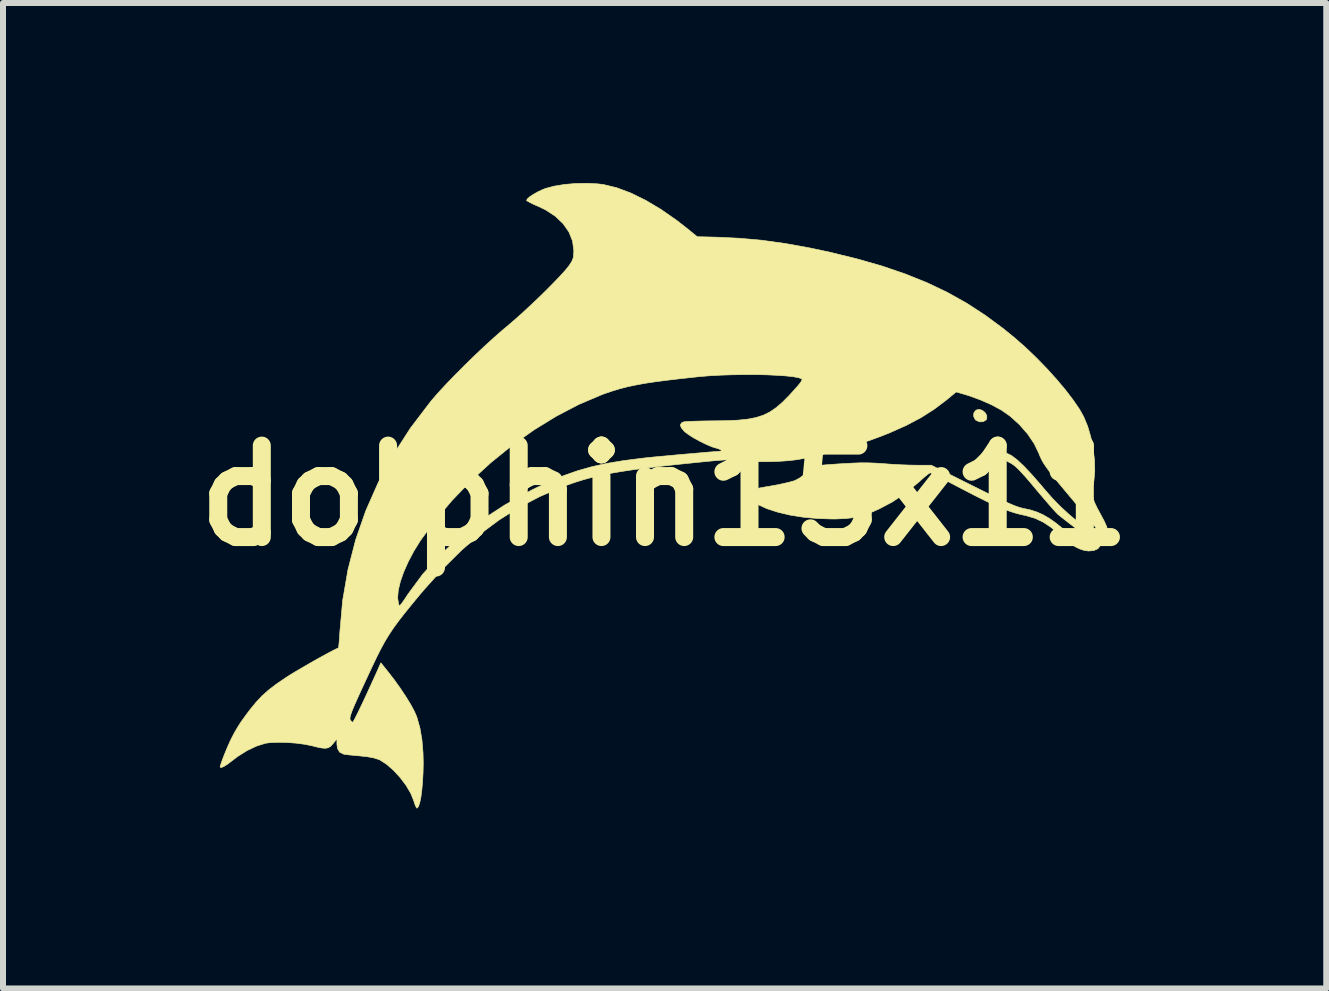
<source format=kicad_pcb>
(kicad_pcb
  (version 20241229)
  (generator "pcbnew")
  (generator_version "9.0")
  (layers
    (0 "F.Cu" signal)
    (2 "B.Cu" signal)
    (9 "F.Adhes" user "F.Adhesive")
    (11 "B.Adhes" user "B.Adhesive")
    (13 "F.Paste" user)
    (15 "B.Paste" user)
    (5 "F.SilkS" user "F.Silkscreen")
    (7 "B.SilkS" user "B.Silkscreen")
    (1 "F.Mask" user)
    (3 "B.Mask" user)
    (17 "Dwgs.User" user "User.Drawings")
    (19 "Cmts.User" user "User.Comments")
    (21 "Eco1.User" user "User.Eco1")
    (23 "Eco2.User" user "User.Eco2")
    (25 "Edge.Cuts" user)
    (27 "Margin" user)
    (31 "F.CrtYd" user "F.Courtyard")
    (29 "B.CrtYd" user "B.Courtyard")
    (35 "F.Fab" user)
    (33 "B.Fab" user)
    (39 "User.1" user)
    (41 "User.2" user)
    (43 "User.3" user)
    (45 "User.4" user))
  (footprint "dolphin15x11"
    (layer "F.Cu")
    (at 8.026 5.211)
    (property "Reference" "dolphin15x11" (at 0 0 0) (layer "F.SilkS") (effects (font (size 1.524 1.524) (thickness 0.3))))
    (attr through_hole)
    (fp_poly (pts (xy 5.296 -1.422) (xy 5.341 -1.385) (xy 5.369 -1.337) (xy 5.37 -1.286) (xy 5.356 -1.261) (xy 5.309 -1.233) (xy 5.248 -1.231) (xy 5.191 -1.256) (xy 5.177 -1.268) (xy 5.15 -1.323) (xy 5.154 -1.381) (xy 5.19 -1.426) (xy 5.19 -1.426) (xy 5.243 -1.439) (xy 5.296 -1.422)) (stroke (width 0.01) (type solid)) (fill yes) (layer "F.SilkS"))
    (fp_poly (pts (xy -1.112 -5.197) (xy -1.017 -5.185) (xy -0.797 -5.132) (xy -0.56 -5.043) (xy -0.312 -4.921) (xy -0.054 -4.767) (xy 0.209 -4.583) (xy 0.354 -4.47) (xy 0.544 -4.316) (xy 0.88 -4.308) (xy 1.254 -4.29) (xy 1.628 -4.256) (xy 2.011 -4.203) (xy 2.414 -4.13) (xy 2.741 -4.061) (xy 3.199 -3.949) (xy 3.62 -3.829) (xy 4.009 -3.696) (xy 4.371 -3.551) (xy 4.711 -3.389) (xy 5.033 -3.209) (xy 5.342 -3.008) (xy 5.644 -2.785) (xy 5.831 -2.633) (xy 6.013 -2.473) (xy 6.193 -2.301) (xy 6.368 -2.121) (xy 6.533 -1.939) (xy 6.683 -1.76) (xy 6.812 -1.591) (xy 6.917 -1.437) (xy 6.985 -1.315) (xy 7.051 -1.156) (xy 7.104 -0.975) (xy 7.142 -0.782) (xy 7.165 -0.59) (xy 7.169 -0.409) (xy 7.155 -0.249) (xy 7.146 -0.204) (xy 7.129 -0.119) (xy 7.125 -0.045) (xy 7.136 0.027) (xy 7.163 0.108) (xy 7.21 0.206) (xy 7.272 0.321) (xy 7.33 0.43) (xy 7.369 0.519) (xy 7.386 0.581) (xy 7.387 0.592) (xy 7.379 0.651) (xy 7.358 0.712) (xy 7.331 0.76) (xy 7.304 0.783) (xy 7.301 0.783) (xy 7.279 0.801) (xy 7.261 0.834) (xy 7.221 0.884) (xy 7.152 0.915) (xy 7.064 0.922) (xy 6.993 0.912) (xy 6.919 0.888) (xy 6.847 0.853) (xy 6.768 0.8) (xy 6.674 0.726) (xy 6.575 0.639) (xy 6.437 0.525) (xy 6.308 0.44) (xy 6.177 0.378) (xy 6.03 0.334) (xy 5.966 0.32) (xy 5.87 0.297) (xy 5.767 0.265) (xy 5.652 0.222) (xy 5.52 0.166) (xy 5.368 0.096) (xy 5.191 0.008) (xy 4.984 -0.099) (xy 4.865 -0.161) (xy 4.743 -0.225) (xy 4.634 -0.282) (xy 4.542 -0.328) (xy 4.473 -0.361) (xy 4.433 -0.379) (xy 4.426 -0.381) (xy 4.402 -0.367) (xy 4.355 -0.331) (xy 4.291 -0.276) (xy 4.231 -0.222) (xy 4.016 -0.043) (xy 3.791 0.107) (xy 3.566 0.225) (xy 3.422 0.289) (xy 3.291 0.334) (xy 3.161 0.364) (xy 3.019 0.381) (xy 2.853 0.388) (xy 2.783 0.388) (xy 2.542 0.38) (xy 2.308 0.358) (xy 2.089 0.323) (xy 1.887 0.275) (xy 1.71 0.218) (xy 1.561 0.15) (xy 1.446 0.075) (xy 1.396 0.028) (xy 1.357 -0.02) (xy 1.344 -0.048) (xy 1.354 -0.068) (xy 1.362 -0.074) (xy 1.393 -0.086) (xy 1.459 -0.102) (xy 1.551 -0.122) (xy 1.661 -0.143) (xy 1.739 -0.156) (xy 1.863 -0.178) (xy 1.98 -0.202) (xy 2.08 -0.226) (xy 2.153 -0.246) (xy 2.179 -0.256) (xy 2.248 -0.293) (xy 2.315 -0.341) (xy 2.371 -0.392) (xy 2.406 -0.436) (xy 2.413 -0.457) (xy 2.418 -0.47) (xy 2.435 -0.481) (xy 2.469 -0.491) (xy 2.526 -0.499) (xy 2.609 -0.508) (xy 2.723 -0.517) (xy 2.873 -0.528) (xy 2.94 -0.532) (xy 3.117 -0.542) (xy 3.265 -0.548) (xy 3.398 -0.547) (xy 3.53 -0.542) (xy 3.657 -0.533) (xy 3.794 -0.523) (xy 3.942 -0.515) (xy 4.082 -0.51) (xy 4.2 -0.508) (xy 4.207 -0.508) (xy 4.445 -0.508) (xy 5.138 -0.162) (xy 5.337 -0.063) (xy 5.502 0.017) (xy 5.637 0.081) (xy 5.746 0.13) (xy 5.833 0.167) (xy 5.9 0.191) (xy 5.953 0.206) (xy 5.969 0.21) (xy 6.092 0.236) (xy 6.202 0.271) (xy 6.306 0.317) (xy 6.413 0.379) (xy 6.528 0.461) (xy 6.659 0.567) (xy 6.771 0.663) (xy 6.894 0.759) (xy 7 0.818) (xy 7.089 0.838) (xy 7.15 0.826) (xy 7.207 0.8) (xy 7.155 0.765) (xy 7.103 0.729) (xy 7.029 0.675) (xy 6.939 0.608) (xy 6.843 0.536) (xy 6.748 0.463) (xy 6.663 0.397) (xy 6.594 0.343) (xy 6.551 0.307) (xy 6.548 0.304) (xy 6.514 0.269) (xy 6.458 0.207) (xy 6.387 0.125) (xy 6.305 0.03) (xy 6.218 -0.073) (xy 6.217 -0.074) (xy 6.105 -0.208) (xy 6.014 -0.314) (xy 5.941 -0.394) (xy 5.882 -0.455) (xy 5.832 -0.499) (xy 5.786 -0.532) (xy 5.741 -0.557) (xy 5.726 -0.564) (xy 5.67 -0.601) (xy 5.637 -0.642) (xy 5.632 -0.68) (xy 5.658 -0.704) (xy 5.71 -0.704) (xy 5.783 -0.668) (xy 5.875 -0.598) (xy 5.988 -0.492) (xy 6.122 -0.35) (xy 6.277 -0.172) (xy 6.314 -0.127) (xy 6.459 0.039) (xy 6.599 0.183) (xy 6.747 0.318) (xy 6.816 0.376) (xy 6.943 0.479) (xy 7.041 0.557) (xy 7.116 0.613) (xy 7.171 0.648) (xy 7.211 0.667) (xy 7.239 0.672) (xy 7.252 0.669) (xy 7.261 0.663) (xy 7.264 0.653) (xy 7.258 0.635) (xy 7.241 0.606) (xy 7.21 0.563) (xy 7.163 0.503) (xy 7.097 0.423) (xy 7.011 0.319) (xy 6.901 0.188) (xy 6.805 0.074) (xy 6.671 -0.086) (xy 6.561 -0.218) (xy 6.473 -0.327) (xy 6.404 -0.416) (xy 6.351 -0.489) (xy 6.31 -0.551) (xy 6.28 -0.606) (xy 6.256 -0.658) (xy 6.239 -0.702) (xy 6.161 -0.864) (xy 6.051 -1.028) (xy 5.914 -1.184) (xy 5.76 -1.324) (xy 5.614 -1.426) (xy 5.451 -1.514) (xy 5.265 -1.596) (xy 5.072 -1.666) (xy 5.017 -1.683) (xy 4.859 -1.729) (xy 4.697 -1.595) (xy 4.494 -1.442) (xy 4.273 -1.301) (xy 4.025 -1.17) (xy 3.744 -1.045) (xy 3.59 -0.984) (xy 3.357 -0.9) (xy 3.107 -0.819) (xy 2.852 -0.745) (xy 2.602 -0.681) (xy 2.371 -0.63) (xy 2.212 -0.601) (xy 2.072 -0.584) (xy 1.911 -0.573) (xy 1.741 -0.567) (xy 1.573 -0.566) (xy 1.419 -0.572) (xy 1.291 -0.583) (xy 1.251 -0.589) (xy 1.201 -0.596) (xy 1.144 -0.599) (xy 1.076 -0.599) (xy 0.989 -0.595) (xy 0.877 -0.587) (xy 0.734 -0.574) (xy 0.595 -0.56) (xy 0.264 -0.526) (xy -0.029 -0.494) (xy -0.288 -0.464) (xy -0.517 -0.434) (xy -0.72 -0.403) (xy -0.902 -0.372) (xy -1.066 -0.338) (xy -1.218 -0.303) (xy -1.36 -0.264) (xy -1.497 -0.221) (xy -1.633 -0.173) (xy -1.723 -0.139) (xy -2.083 0.016) (xy -2.425 0.195) (xy -2.754 0.402) (xy -3.073 0.639) (xy -3.385 0.91) (xy -3.694 1.216) (xy -4.004 1.561) (xy -4.073 1.642) (xy -4.216 1.815) (xy -4.335 1.962) (xy -4.435 2.091) (xy -4.521 2.209) (xy -4.596 2.322) (xy -4.665 2.436) (xy -4.732 2.559) (xy -4.801 2.697) (xy -4.878 2.858) (xy -4.917 2.942) (xy -5.006 3.133) (xy -5.078 3.289) (xy -5.135 3.415) (xy -5.178 3.513) (xy -5.209 3.588) (xy -5.229 3.644) (xy -5.24 3.683) (xy -5.244 3.711) (xy -5.241 3.73) (xy -5.236 3.742) (xy -5.21 3.77) (xy -5.196 3.775) (xy -5.183 3.755) (xy -5.155 3.702) (xy -5.114 3.621) (xy -5.064 3.517) (xy -5.006 3.395) (xy -4.944 3.261) (xy -4.879 3.119) (xy -4.813 2.975) (xy -4.766 2.869) (xy -4.729 2.785) (xy -4.61 2.933) (xy -4.504 3.07) (xy -4.402 3.213) (xy -4.309 3.353) (xy -4.229 3.484) (xy -4.168 3.598) (xy -4.129 3.688) (xy -4.129 3.689) (xy -4.077 3.874) (xy -4.044 4.068) (xy -4.026 4.285) (xy -4.022 4.449) (xy -4.025 4.608) (xy -4.033 4.759) (xy -4.045 4.897) (xy -4.06 5.016) (xy -4.079 5.111) (xy -4.1 5.176) (xy -4.122 5.206) (xy -4.128 5.207) (xy -4.142 5.188) (xy -4.163 5.14) (xy -4.18 5.085) (xy -4.23 4.962) (xy -4.307 4.83) (xy -4.406 4.699) (xy -4.516 4.579) (xy -4.631 4.478) (xy -4.742 4.406) (xy -4.76 4.398) (xy -4.841 4.372) (xy -4.958 4.35) (xy -5.077 4.337) (xy -5.175 4.328) (xy -5.261 4.32) (xy -5.324 4.312) (xy -5.348 4.308) (xy -5.415 4.275) (xy -5.452 4.213) (xy -5.461 4.142) (xy -5.461 4.054) (xy -5.526 4.133) (xy -5.565 4.176) (xy -5.605 4.201) (xy -5.654 4.21) (xy -5.722 4.204) (xy -5.816 4.184) (xy -5.876 4.168) (xy -6 4.143) (xy -6.144 4.124) (xy -6.296 4.113) (xy -6.442 4.11) (xy -6.571 4.115) (xy -6.652 4.126) (xy -6.798 4.172) (xy -6.957 4.247) (xy -7.115 4.346) (xy -7.203 4.413) (xy -7.287 4.477) (xy -7.352 4.517) (xy -7.394 4.532) (xy -7.408 4.52) (xy -7.4 4.488) (xy -7.379 4.427) (xy -7.349 4.346) (xy -7.313 4.257) (xy -7.276 4.169) (xy -7.241 4.091) (xy -7.224 4.055) (xy -7.168 3.948) (xy -7.113 3.854) (xy -7.053 3.761) (xy -6.978 3.657) (xy -6.908 3.564) (xy -6.809 3.443) (xy -6.71 3.338) (xy -6.601 3.24) (xy -6.472 3.141) (xy -6.315 3.034) (xy -6.242 2.987) (xy -6.148 2.93) (xy -6.041 2.867) (xy -5.927 2.801) (xy -5.811 2.735) (xy -5.701 2.674) (xy -5.602 2.62) (xy -5.521 2.577) (xy -5.464 2.55) (xy -5.438 2.54) (xy -5.432 2.52) (xy -5.426 2.466) (xy -5.419 2.385) (xy -5.413 2.285) (xy -5.411 2.26) (xy -5.365 1.741) (xy -5.358 1.705) (xy -4.449 1.705) (xy -4.434 1.802) (xy -4.432 1.809) (xy -4.424 1.826) (xy -4.416 1.832) (xy -4.402 1.821) (xy -4.377 1.79) (xy -4.338 1.734) (xy -4.281 1.647) (xy -4.276 1.64) (xy -4.029 1.306) (xy -3.744 0.99) (xy -3.421 0.693) (xy -3.061 0.414) (xy -2.664 0.155) (xy -2.23 -0.086) (xy -2.148 -0.127) (xy -1.906 -0.241) (xy -1.675 -0.337) (xy -1.446 -0.417) (xy -1.212 -0.483) (xy -0.964 -0.538) (xy -0.693 -0.583) (xy -0.391 -0.622) (xy -0.286 -0.634) (xy -0.208 -0.642) (xy -0.104 -0.652) (xy 0.02 -0.663) (xy 0.157 -0.676) (xy 0.301 -0.689) (xy 0.444 -0.701) (xy 0.58 -0.713) (xy 0.703 -0.724) (xy 0.806 -0.732) (xy 0.881 -0.738) (xy 0.923 -0.741) (xy 0.927 -0.741) (xy 0.949 -0.747) (xy 0.939 -0.762) (xy 0.905 -0.779) (xy 0.863 -0.792) (xy 0.79 -0.814) (xy 0.694 -0.855) (xy 0.589 -0.906) (xy 0.485 -0.963) (xy 0.397 -1.019) (xy 0.335 -1.066) (xy 0.332 -1.069) (xy 0.277 -1.133) (xy 0.262 -1.182) (xy 0.285 -1.216) (xy 0.318 -1.23) (xy 0.354 -1.234) (xy 0.426 -1.239) (xy 0.526 -1.242) (xy 0.645 -1.245) (xy 0.778 -1.247) (xy 0.804 -1.247) (xy 1.033 -1.25) (xy 1.225 -1.259) (xy 1.387 -1.276) (xy 1.526 -1.303) (xy 1.647 -1.342) (xy 1.756 -1.396) (xy 1.859 -1.467) (xy 1.964 -1.557) (xy 2.075 -1.669) (xy 2.139 -1.739) (xy 2.217 -1.826) (xy 2.267 -1.888) (xy 2.289 -1.927) (xy 2.288 -1.946) (xy 2.287 -1.947) (xy 2.233 -1.966) (xy 2.143 -1.983) (xy 2.021 -1.996) (xy 1.874 -2.006) (xy 1.706 -2.014) (xy 1.524 -2.018) (xy 1.332 -2.018) (xy 1.136 -2.015) (xy 0.942 -2.009) (xy 0.756 -1.999) (xy 0.582 -1.985) (xy 0.54 -1.98) (xy 0.272 -1.951) (xy 0.042 -1.924) (xy -0.157 -1.898) (xy -0.33 -1.872) (xy -0.482 -1.844) (xy -0.619 -1.815) (xy -0.747 -1.782) (xy -0.869 -1.745) (xy -0.993 -1.703) (xy -1.055 -1.68) (xy -1.429 -1.521) (xy -1.804 -1.325) (xy -2.177 -1.096) (xy -2.543 -0.836) (xy -2.895 -0.551) (xy -3.23 -0.245) (xy -3.542 0.079) (xy -3.827 0.416) (xy -4.07 0.749) (xy -4.18 0.926) (xy -4.273 1.103) (xy -4.349 1.274) (xy -4.405 1.435) (xy -4.439 1.58) (xy -4.449 1.705) (xy -5.358 1.705) (xy -5.277 1.233) (xy -5.149 0.736) (xy -4.98 0.251) (xy -4.771 -0.222) (xy -4.522 -0.682) (xy -4.234 -1.129) (xy -3.905 -1.561) (xy -3.889 -1.581) (xy -3.785 -1.702) (xy -3.654 -1.844) (xy -3.504 -2) (xy -3.342 -2.163) (xy -3.173 -2.328) (xy -3.005 -2.487) (xy -2.843 -2.635) (xy -2.696 -2.764) (xy -2.635 -2.814) (xy -2.517 -2.915) (xy -2.387 -3.03) (xy -2.252 -3.155) (xy -2.116 -3.283) (xy -1.984 -3.412) (xy -1.862 -3.535) (xy -1.754 -3.647) (xy -1.666 -3.743) (xy -1.603 -3.819) (xy -1.586 -3.842) (xy -1.545 -3.907) (xy -1.523 -3.962) (xy -1.515 -4.026) (xy -1.513 -4.086) (xy -1.534 -4.244) (xy -1.594 -4.394) (xy -1.691 -4.533) (xy -1.821 -4.657) (xy -1.983 -4.763) (xy -2.097 -4.818) (xy -2.18 -4.854) (xy -2.247 -4.887) (xy -2.29 -4.912) (xy -2.3 -4.922) (xy -2.288 -4.946) (xy -2.246 -4.983) (xy -2.182 -5.025) (xy -2.107 -5.067) (xy -2.027 -5.104) (xy -1.982 -5.121) (xy -1.839 -5.159) (xy -1.667 -5.187) (xy -1.48 -5.203) (xy -1.291 -5.206) (xy -1.112 -5.197)) (stroke (width 0.01) (type solid)) (fill yes) (layer "F.SilkS")))
  (gr_rect
    (start -3 -3)
    (end 19.053 13.423)
    (stroke (width 0.1) (type default))
    (fill no)
    (layer "Edge.Cuts")))
</source>
